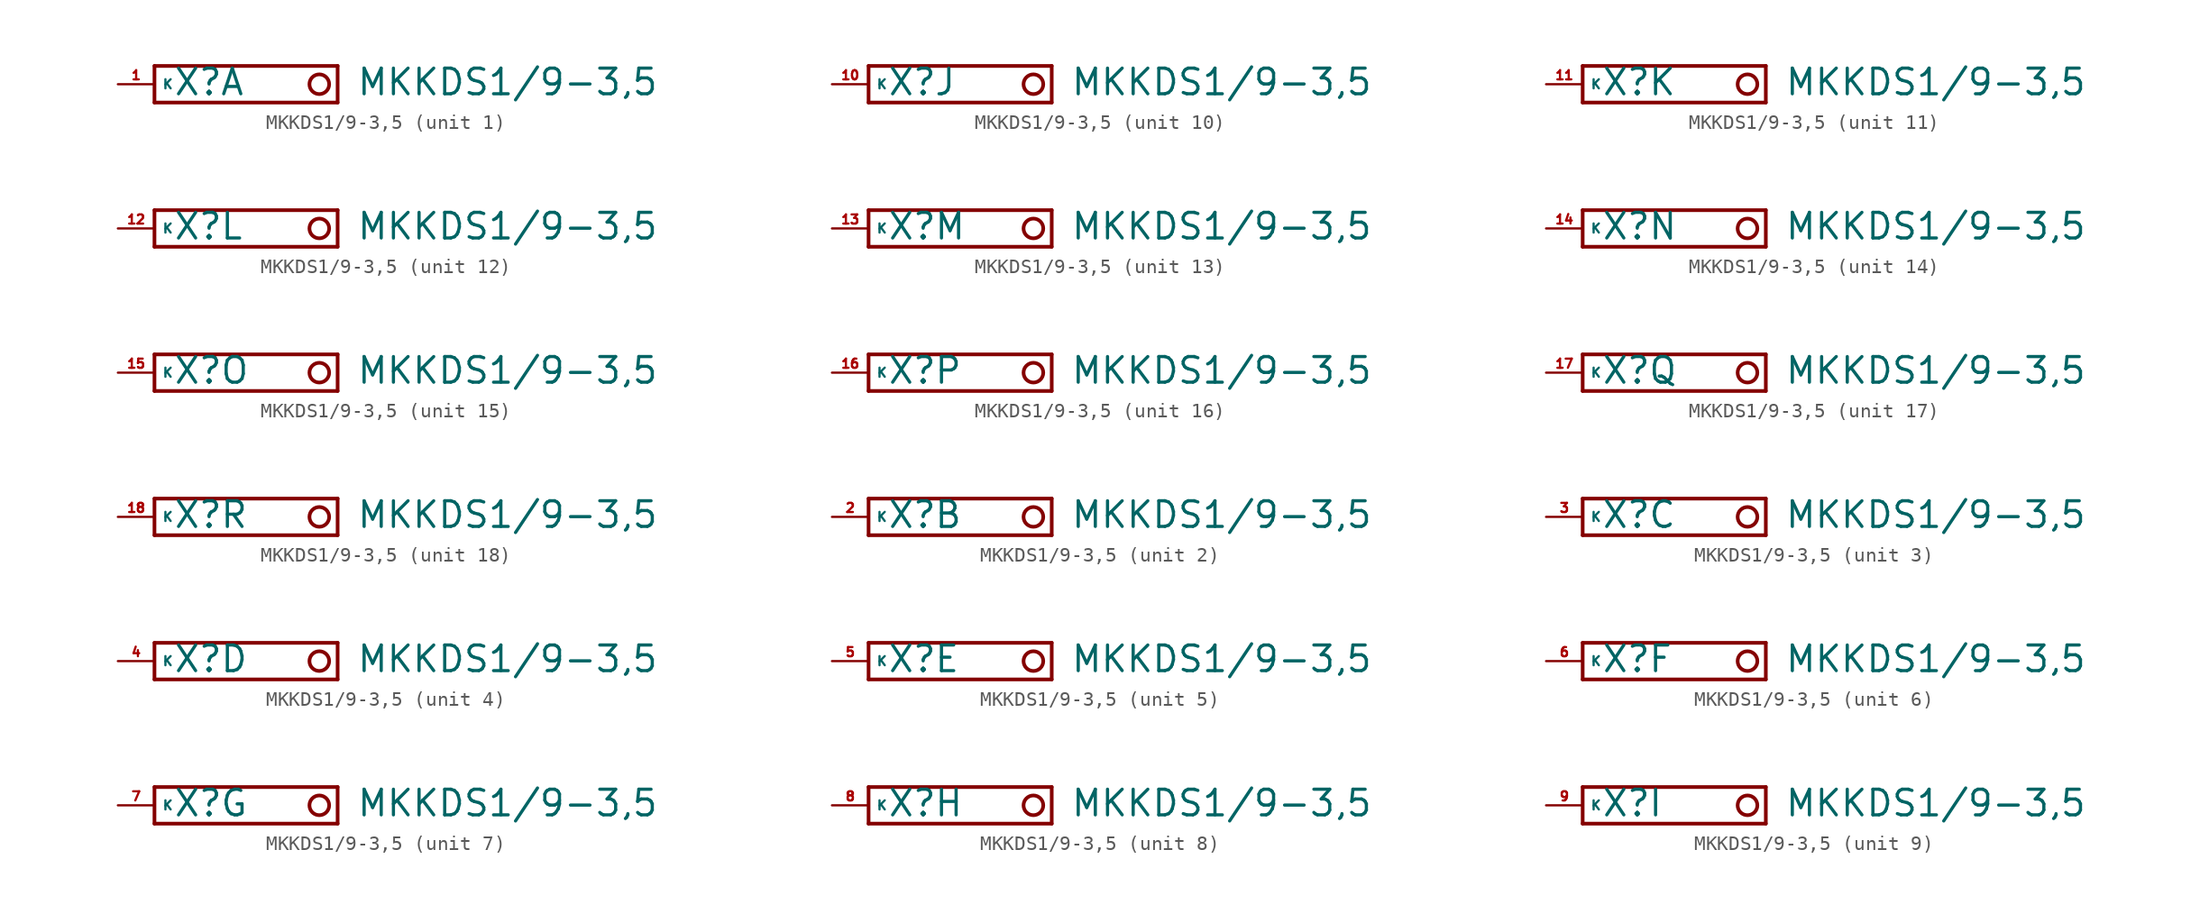
<source format=kicad_sym>
(kicad_symbol_lib
  (version 20220914)
  (generator Eagle2Kicad)
  (symbol "MKKDS1/9-3,5"
    (property "Reference" "X"
      (at 1.27 -0.889 0)
      (effects (font (size 1.778 1.778) (thickness 0.22)) (justify left bottom)))
    (property "Value" "MKKDS1/9-3,5"
      (at 13.97 -0.889 0)
      (effects (font (size 1.778 1.778) (thickness 0.22)) (justify left bottom)))
    (symbol "MKKDS1/9-3,5_1_0"
      (polyline (pts (xy 0 -1.27) (xy 0 1.27)) (stroke (width 0.254) (type default)) (fill (type none)))
      (polyline (pts (xy 12.7 -1.27) (xy 0 -1.27)) (stroke (width 0.254) (type default)) (fill (type none)))
      (polyline (pts (xy 12.7 -1.27) (xy 12.7 1.27)) (stroke (width 0.254) (type default)) (fill (type none)))
      (polyline (pts (xy 0 1.27) (xy 12.7 1.27)) (stroke (width 0.254) (type default)) (fill (type none)))
      (circle (center 11.43 0) (radius 0.684) (stroke (width 0.254) (type default)) (fill (type none)))
      (pin passive line (at -2.54 0 0) (length 2.54) (name "K" (effects (font (size 0.635 0.635) (thickness 0.08)) (justify left bottom))) (number "1" (effects (font (size 0.635 0.635) (thickness 0.08)) (justify left bottom)))))
    (symbol "MKKDS1/9-3,5_2_0"
      (polyline (pts (xy 0 -1.27) (xy 0 1.27)) (stroke (width 0.254) (type default)) (fill (type none)))
      (polyline (pts (xy 12.7 -1.27) (xy 0 -1.27)) (stroke (width 0.254) (type default)) (fill (type none)))
      (polyline (pts (xy 12.7 -1.27) (xy 12.7 1.27)) (stroke (width 0.254) (type default)) (fill (type none)))
      (polyline (pts (xy 0 1.27) (xy 12.7 1.27)) (stroke (width 0.254) (type default)) (fill (type none)))
      (circle (center 11.43 0) (radius 0.684) (stroke (width 0.254) (type default)) (fill (type none)))
      (pin passive line (at -2.54 0 0) (length 2.54) (name "K" (effects (font (size 0.635 0.635) (thickness 0.08)) (justify left bottom))) (number "2" (effects (font (size 0.635 0.635) (thickness 0.08)) (justify left bottom)))))
    (symbol "MKKDS1/9-3,5_3_0"
      (polyline (pts (xy 0 -1.27) (xy 0 1.27)) (stroke (width 0.254) (type default)) (fill (type none)))
      (polyline (pts (xy 12.7 -1.27) (xy 0 -1.27)) (stroke (width 0.254) (type default)) (fill (type none)))
      (polyline (pts (xy 12.7 -1.27) (xy 12.7 1.27)) (stroke (width 0.254) (type default)) (fill (type none)))
      (polyline (pts (xy 0 1.27) (xy 12.7 1.27)) (stroke (width 0.254) (type default)) (fill (type none)))
      (circle (center 11.43 0) (radius 0.684) (stroke (width 0.254) (type default)) (fill (type none)))
      (pin passive line (at -2.54 0 0) (length 2.54) (name "K" (effects (font (size 0.635 0.635) (thickness 0.08)) (justify left bottom))) (number "3" (effects (font (size 0.635 0.635) (thickness 0.08)) (justify left bottom)))))
    (symbol "MKKDS1/9-3,5_4_0"
      (polyline (pts (xy 0 -1.27) (xy 0 1.27)) (stroke (width 0.254) (type default)) (fill (type none)))
      (polyline (pts (xy 12.7 -1.27) (xy 0 -1.27)) (stroke (width 0.254) (type default)) (fill (type none)))
      (polyline (pts (xy 12.7 -1.27) (xy 12.7 1.27)) (stroke (width 0.254) (type default)) (fill (type none)))
      (polyline (pts (xy 0 1.27) (xy 12.7 1.27)) (stroke (width 0.254) (type default)) (fill (type none)))
      (circle (center 11.43 0) (radius 0.684) (stroke (width 0.254) (type default)) (fill (type none)))
      (pin passive line (at -2.54 0 0) (length 2.54) (name "K" (effects (font (size 0.635 0.635) (thickness 0.08)) (justify left bottom))) (number "4" (effects (font (size 0.635 0.635) (thickness 0.08)) (justify left bottom)))))
    (symbol "MKKDS1/9-3,5_5_0"
      (polyline (pts (xy 0 -1.27) (xy 0 1.27)) (stroke (width 0.254) (type default)) (fill (type none)))
      (polyline (pts (xy 12.7 -1.27) (xy 0 -1.27)) (stroke (width 0.254) (type default)) (fill (type none)))
      (polyline (pts (xy 12.7 -1.27) (xy 12.7 1.27)) (stroke (width 0.254) (type default)) (fill (type none)))
      (polyline (pts (xy 0 1.27) (xy 12.7 1.27)) (stroke (width 0.254) (type default)) (fill (type none)))
      (circle (center 11.43 0) (radius 0.684) (stroke (width 0.254) (type default)) (fill (type none)))
      (pin passive line (at -2.54 0 0) (length 2.54) (name "K" (effects (font (size 0.635 0.635) (thickness 0.08)) (justify left bottom))) (number "5" (effects (font (size 0.635 0.635) (thickness 0.08)) (justify left bottom)))))
    (symbol "MKKDS1/9-3,5_6_0"
      (polyline (pts (xy 0 -1.27) (xy 0 1.27)) (stroke (width 0.254) (type default)) (fill (type none)))
      (polyline (pts (xy 12.7 -1.27) (xy 0 -1.27)) (stroke (width 0.254) (type default)) (fill (type none)))
      (polyline (pts (xy 12.7 -1.27) (xy 12.7 1.27)) (stroke (width 0.254) (type default)) (fill (type none)))
      (polyline (pts (xy 0 1.27) (xy 12.7 1.27)) (stroke (width 0.254) (type default)) (fill (type none)))
      (circle (center 11.43 0) (radius 0.684) (stroke (width 0.254) (type default)) (fill (type none)))
      (pin passive line (at -2.54 0 0) (length 2.54) (name "K" (effects (font (size 0.635 0.635) (thickness 0.08)) (justify left bottom))) (number "6" (effects (font (size 0.635 0.635) (thickness 0.08)) (justify left bottom)))))
    (symbol "MKKDS1/9-3,5_7_0"
      (polyline (pts (xy 0 -1.27) (xy 0 1.27)) (stroke (width 0.254) (type default)) (fill (type none)))
      (polyline (pts (xy 12.7 -1.27) (xy 0 -1.27)) (stroke (width 0.254) (type default)) (fill (type none)))
      (polyline (pts (xy 12.7 -1.27) (xy 12.7 1.27)) (stroke (width 0.254) (type default)) (fill (type none)))
      (polyline (pts (xy 0 1.27) (xy 12.7 1.27)) (stroke (width 0.254) (type default)) (fill (type none)))
      (circle (center 11.43 0) (radius 0.684) (stroke (width 0.254) (type default)) (fill (type none)))
      (pin passive line (at -2.54 0 0) (length 2.54) (name "K" (effects (font (size 0.635 0.635) (thickness 0.08)) (justify left bottom))) (number "7" (effects (font (size 0.635 0.635) (thickness 0.08)) (justify left bottom)))))
    (symbol "MKKDS1/9-3,5_8_0"
      (polyline (pts (xy 0 -1.27) (xy 0 1.27)) (stroke (width 0.254) (type default)) (fill (type none)))
      (polyline (pts (xy 12.7 -1.27) (xy 0 -1.27)) (stroke (width 0.254) (type default)) (fill (type none)))
      (polyline (pts (xy 12.7 -1.27) (xy 12.7 1.27)) (stroke (width 0.254) (type default)) (fill (type none)))
      (polyline (pts (xy 0 1.27) (xy 12.7 1.27)) (stroke (width 0.254) (type default)) (fill (type none)))
      (circle (center 11.43 0) (radius 0.684) (stroke (width 0.254) (type default)) (fill (type none)))
      (pin passive line (at -2.54 0 0) (length 2.54) (name "K" (effects (font (size 0.635 0.635) (thickness 0.08)) (justify left bottom))) (number "8" (effects (font (size 0.635 0.635) (thickness 0.08)) (justify left bottom)))))
    (symbol "MKKDS1/9-3,5_9_0"
      (polyline (pts (xy 0 -1.27) (xy 0 1.27)) (stroke (width 0.254) (type default)) (fill (type none)))
      (polyline (pts (xy 12.7 -1.27) (xy 0 -1.27)) (stroke (width 0.254) (type default)) (fill (type none)))
      (polyline (pts (xy 12.7 -1.27) (xy 12.7 1.27)) (stroke (width 0.254) (type default)) (fill (type none)))
      (polyline (pts (xy 0 1.27) (xy 12.7 1.27)) (stroke (width 0.254) (type default)) (fill (type none)))
      (circle (center 11.43 0) (radius 0.684) (stroke (width 0.254) (type default)) (fill (type none)))
      (pin passive line (at -2.54 0 0) (length 2.54) (name "K" (effects (font (size 0.635 0.635) (thickness 0.08)) (justify left bottom))) (number "9" (effects (font (size 0.635 0.635) (thickness 0.08)) (justify left bottom)))))
    (symbol "MKKDS1/9-3,5_10_0"
      (polyline (pts (xy 0 -1.27) (xy 0 1.27)) (stroke (width 0.254) (type default)) (fill (type none)))
      (polyline (pts (xy 12.7 -1.27) (xy 0 -1.27)) (stroke (width 0.254) (type default)) (fill (type none)))
      (polyline (pts (xy 12.7 -1.27) (xy 12.7 1.27)) (stroke (width 0.254) (type default)) (fill (type none)))
      (polyline (pts (xy 0 1.27) (xy 12.7 1.27)) (stroke (width 0.254) (type default)) (fill (type none)))
      (circle (center 11.43 0) (radius 0.684) (stroke (width 0.254) (type default)) (fill (type none)))
      (pin passive line (at -2.54 0 0) (length 2.54) (name "K" (effects (font (size 0.635 0.635) (thickness 0.08)) (justify left bottom))) (number "10" (effects (font (size 0.635 0.635) (thickness 0.08)) (justify left bottom)))))
    (symbol "MKKDS1/9-3,5_11_0"
      (polyline (pts (xy 0 -1.27) (xy 0 1.27)) (stroke (width 0.254) (type default)) (fill (type none)))
      (polyline (pts (xy 12.7 -1.27) (xy 0 -1.27)) (stroke (width 0.254) (type default)) (fill (type none)))
      (polyline (pts (xy 12.7 -1.27) (xy 12.7 1.27)) (stroke (width 0.254) (type default)) (fill (type none)))
      (polyline (pts (xy 0 1.27) (xy 12.7 1.27)) (stroke (width 0.254) (type default)) (fill (type none)))
      (circle (center 11.43 0) (radius 0.684) (stroke (width 0.254) (type default)) (fill (type none)))
      (pin passive line (at -2.54 0 0) (length 2.54) (name "K" (effects (font (size 0.635 0.635) (thickness 0.08)) (justify left bottom))) (number "11" (effects (font (size 0.635 0.635) (thickness 0.08)) (justify left bottom)))))
    (symbol "MKKDS1/9-3,5_12_0"
      (polyline (pts (xy 0 -1.27) (xy 0 1.27)) (stroke (width 0.254) (type default)) (fill (type none)))
      (polyline (pts (xy 12.7 -1.27) (xy 0 -1.27)) (stroke (width 0.254) (type default)) (fill (type none)))
      (polyline (pts (xy 12.7 -1.27) (xy 12.7 1.27)) (stroke (width 0.254) (type default)) (fill (type none)))
      (polyline (pts (xy 0 1.27) (xy 12.7 1.27)) (stroke (width 0.254) (type default)) (fill (type none)))
      (circle (center 11.43 0) (radius 0.684) (stroke (width 0.254) (type default)) (fill (type none)))
      (pin passive line (at -2.54 0 0) (length 2.54) (name "K" (effects (font (size 0.635 0.635) (thickness 0.08)) (justify left bottom))) (number "12" (effects (font (size 0.635 0.635) (thickness 0.08)) (justify left bottom)))))
    (symbol "MKKDS1/9-3,5_13_0"
      (polyline (pts (xy 0 -1.27) (xy 0 1.27)) (stroke (width 0.254) (type default)) (fill (type none)))
      (polyline (pts (xy 12.7 -1.27) (xy 0 -1.27)) (stroke (width 0.254) (type default)) (fill (type none)))
      (polyline (pts (xy 12.7 -1.27) (xy 12.7 1.27)) (stroke (width 0.254) (type default)) (fill (type none)))
      (polyline (pts (xy 0 1.27) (xy 12.7 1.27)) (stroke (width 0.254) (type default)) (fill (type none)))
      (circle (center 11.43 0) (radius 0.684) (stroke (width 0.254) (type default)) (fill (type none)))
      (pin passive line (at -2.54 0 0) (length 2.54) (name "K" (effects (font (size 0.635 0.635) (thickness 0.08)) (justify left bottom))) (number "13" (effects (font (size 0.635 0.635) (thickness 0.08)) (justify left bottom)))))
    (symbol "MKKDS1/9-3,5_14_0"
      (polyline (pts (xy 0 -1.27) (xy 0 1.27)) (stroke (width 0.254) (type default)) (fill (type none)))
      (polyline (pts (xy 12.7 -1.27) (xy 0 -1.27)) (stroke (width 0.254) (type default)) (fill (type none)))
      (polyline (pts (xy 12.7 -1.27) (xy 12.7 1.27)) (stroke (width 0.254) (type default)) (fill (type none)))
      (polyline (pts (xy 0 1.27) (xy 12.7 1.27)) (stroke (width 0.254) (type default)) (fill (type none)))
      (circle (center 11.43 0) (radius 0.684) (stroke (width 0.254) (type default)) (fill (type none)))
      (pin passive line (at -2.54 0 0) (length 2.54) (name "K" (effects (font (size 0.635 0.635) (thickness 0.08)) (justify left bottom))) (number "14" (effects (font (size 0.635 0.635) (thickness 0.08)) (justify left bottom)))))
    (symbol "MKKDS1/9-3,5_15_0"
      (polyline (pts (xy 0 -1.27) (xy 0 1.27)) (stroke (width 0.254) (type default)) (fill (type none)))
      (polyline (pts (xy 12.7 -1.27) (xy 0 -1.27)) (stroke (width 0.254) (type default)) (fill (type none)))
      (polyline (pts (xy 12.7 -1.27) (xy 12.7 1.27)) (stroke (width 0.254) (type default)) (fill (type none)))
      (polyline (pts (xy 0 1.27) (xy 12.7 1.27)) (stroke (width 0.254) (type default)) (fill (type none)))
      (circle (center 11.43 0) (radius 0.684) (stroke (width 0.254) (type default)) (fill (type none)))
      (pin passive line (at -2.54 0 0) (length 2.54) (name "K" (effects (font (size 0.635 0.635) (thickness 0.08)) (justify left bottom))) (number "15" (effects (font (size 0.635 0.635) (thickness 0.08)) (justify left bottom)))))
    (symbol "MKKDS1/9-3,5_16_0"
      (polyline (pts (xy 0 -1.27) (xy 0 1.27)) (stroke (width 0.254) (type default)) (fill (type none)))
      (polyline (pts (xy 12.7 -1.27) (xy 0 -1.27)) (stroke (width 0.254) (type default)) (fill (type none)))
      (polyline (pts (xy 12.7 -1.27) (xy 12.7 1.27)) (stroke (width 0.254) (type default)) (fill (type none)))
      (polyline (pts (xy 0 1.27) (xy 12.7 1.27)) (stroke (width 0.254) (type default)) (fill (type none)))
      (circle (center 11.43 0) (radius 0.684) (stroke (width 0.254) (type default)) (fill (type none)))
      (pin passive line (at -2.54 0 0) (length 2.54) (name "K" (effects (font (size 0.635 0.635) (thickness 0.08)) (justify left bottom))) (number "16" (effects (font (size 0.635 0.635) (thickness 0.08)) (justify left bottom)))))
    (symbol "MKKDS1/9-3,5_17_0"
      (polyline (pts (xy 0 -1.27) (xy 0 1.27)) (stroke (width 0.254) (type default)) (fill (type none)))
      (polyline (pts (xy 12.7 -1.27) (xy 0 -1.27)) (stroke (width 0.254) (type default)) (fill (type none)))
      (polyline (pts (xy 12.7 -1.27) (xy 12.7 1.27)) (stroke (width 0.254) (type default)) (fill (type none)))
      (polyline (pts (xy 0 1.27) (xy 12.7 1.27)) (stroke (width 0.254) (type default)) (fill (type none)))
      (circle (center 11.43 0) (radius 0.684) (stroke (width 0.254) (type default)) (fill (type none)))
      (pin passive line (at -2.54 0 0) (length 2.54) (name "K" (effects (font (size 0.635 0.635) (thickness 0.08)) (justify left bottom))) (number "17" (effects (font (size 0.635 0.635) (thickness 0.08)) (justify left bottom)))))
    (symbol "MKKDS1/9-3,5_18_0"
      (polyline (pts (xy 0 -1.27) (xy 0 1.27)) (stroke (width 0.254) (type default)) (fill (type none)))
      (polyline (pts (xy 12.7 -1.27) (xy 0 -1.27)) (stroke (width 0.254) (type default)) (fill (type none)))
      (polyline (pts (xy 12.7 -1.27) (xy 12.7 1.27)) (stroke (width 0.254) (type default)) (fill (type none)))
      (polyline (pts (xy 0 1.27) (xy 12.7 1.27)) (stroke (width 0.254) (type default)) (fill (type none)))
      (circle (center 11.43 0) (radius 0.684) (stroke (width 0.254) (type default)) (fill (type none)))
      (pin passive line (at -2.54 0 0) (length 2.54) (name "K" (effects (font (size 0.635 0.635) (thickness 0.08)) (justify left bottom))) (number "18" (effects (font (size 0.635 0.635) (thickness 0.08)) (justify left bottom)))))))
</source>
